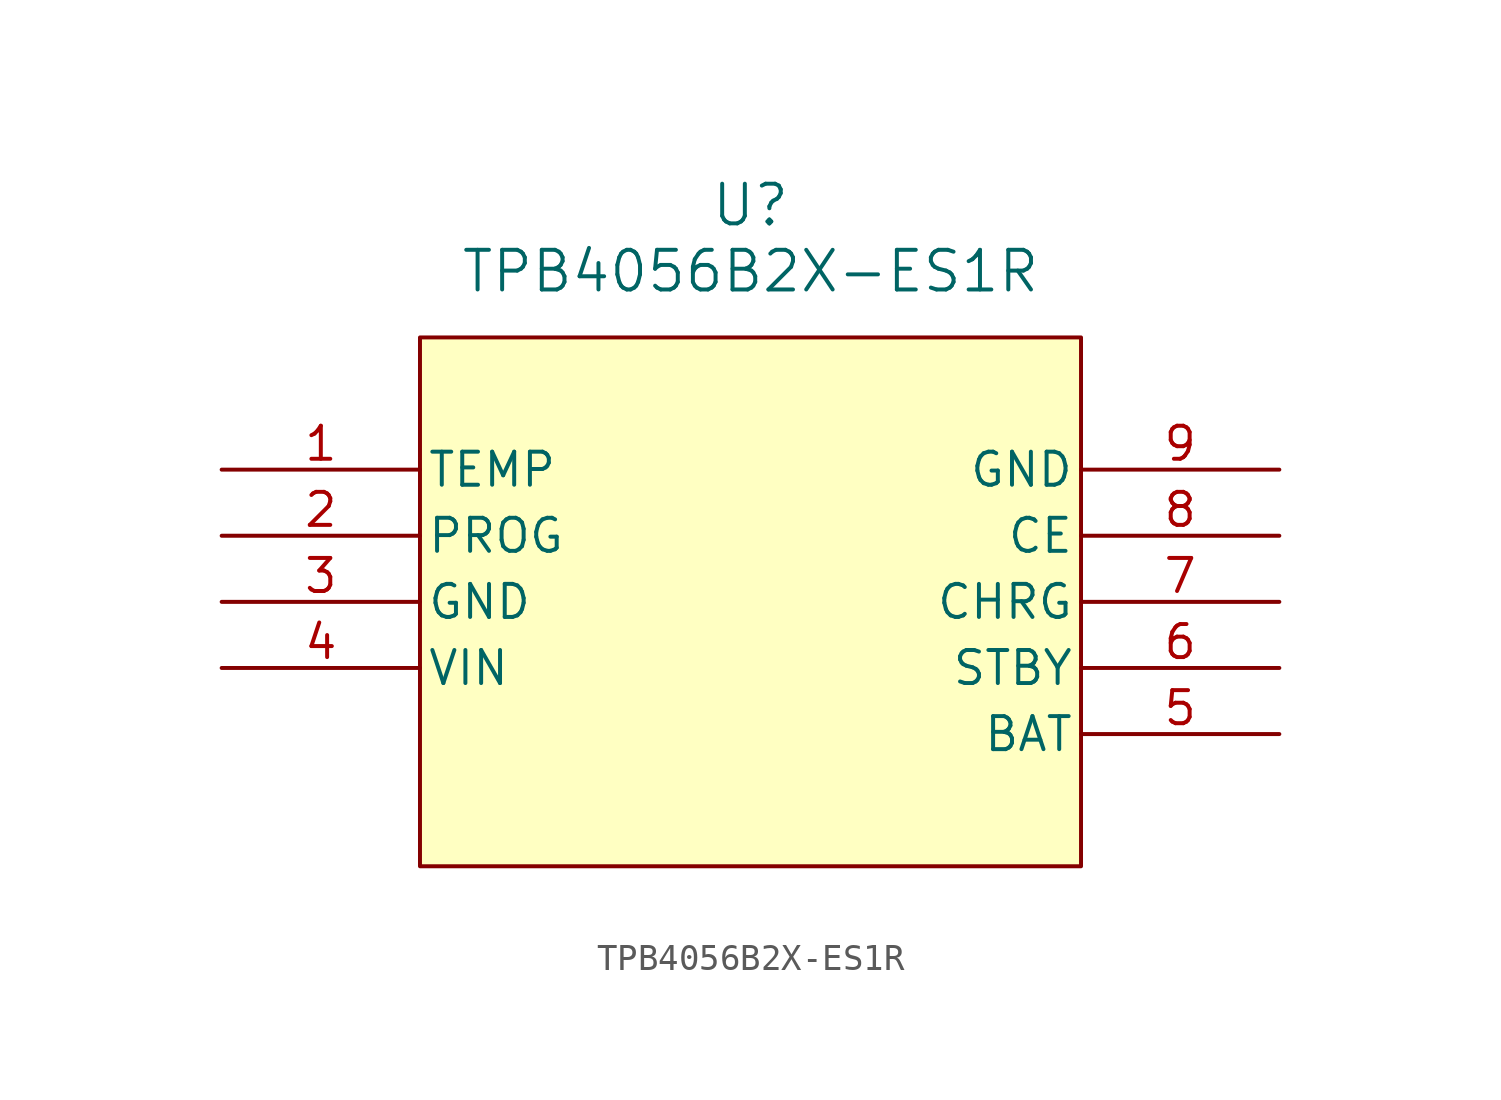
<source format=kicad_sym>
(kicad_symbol_lib
  (version 20220914)
  (generator kicad_symbol_editor)
  (symbol "TPB4056B2X-ES1R"
    (pin_names
      (offset 0.254))
    (property "Reference" "U"
      (at 20.32 10.16 0)
      (effects (font (size 1.524 1.524))))
    (property "Value" "TPB4056B2X-ES1R"
      (at 20.32 7.62 0)
      (effects (font (size 1.524 1.524))))
    (property "ki_locked" ""
      (at 0 0 0)
      (effects (font (size 1.27 1.27))))
    (symbol "TPB4056B2X-ES1R_0_1"
      (pin input line (at 0 0 0) (length 7.62) (name "TEMP" (effects (font (size 1.27 1.27)))) (number "1" (effects (font (size 1.27 1.27)))))
      (pin input line (at 0 -2.54 0) (length 7.62) (name "PROG" (effects (font (size 1.27 1.27)))) (number "2" (effects (font (size 1.27 1.27)))))
      (pin power_out line (at 0 -5.08 0) (length 7.62) (name "GND" (effects (font (size 1.27 1.27)))) (number "3" (effects (font (size 1.27 1.27)))))
      (pin power_in line (at 0 -7.62 0) (length 7.62) (name "VIN" (effects (font (size 1.27 1.27)))) (number "4" (effects (font (size 1.27 1.27)))))
      (pin output line (at 40.64 -10.16 180) (length 7.62) (name "BAT" (effects (font (size 1.27 1.27)))) (number "5" (effects (font (size 1.27 1.27)))))
      (pin output line (at 40.64 -7.62 180) (length 7.62) (name "STBY" (effects (font (size 1.27 1.27)))) (number "6" (effects (font (size 1.27 1.27)))))
      (pin output line (at 40.64 -5.08 180) (length 7.62) (name "CHRG" (effects (font (size 1.27 1.27)))) (number "7" (effects (font (size 1.27 1.27)))))
      (pin input line (at 40.64 -2.54 180) (length 7.62) (name "CE" (effects (font (size 1.27 1.27)))) (number "8" (effects (font (size 1.27 1.27)))))
      (pin power_out line (at 40.64 0 180) (length 7.62) (name "GND" (effects (font (size 1.27 1.27)))) (number "9" (effects (font (size 1.27 1.27))))))
    (symbol "TPB4056B2X-ES1R_1_1"
      (rectangle (start 7.62 5.08) (end 33.02 -15.24) (stroke (width 0) (type default)) (fill (type background))))))
</source>
